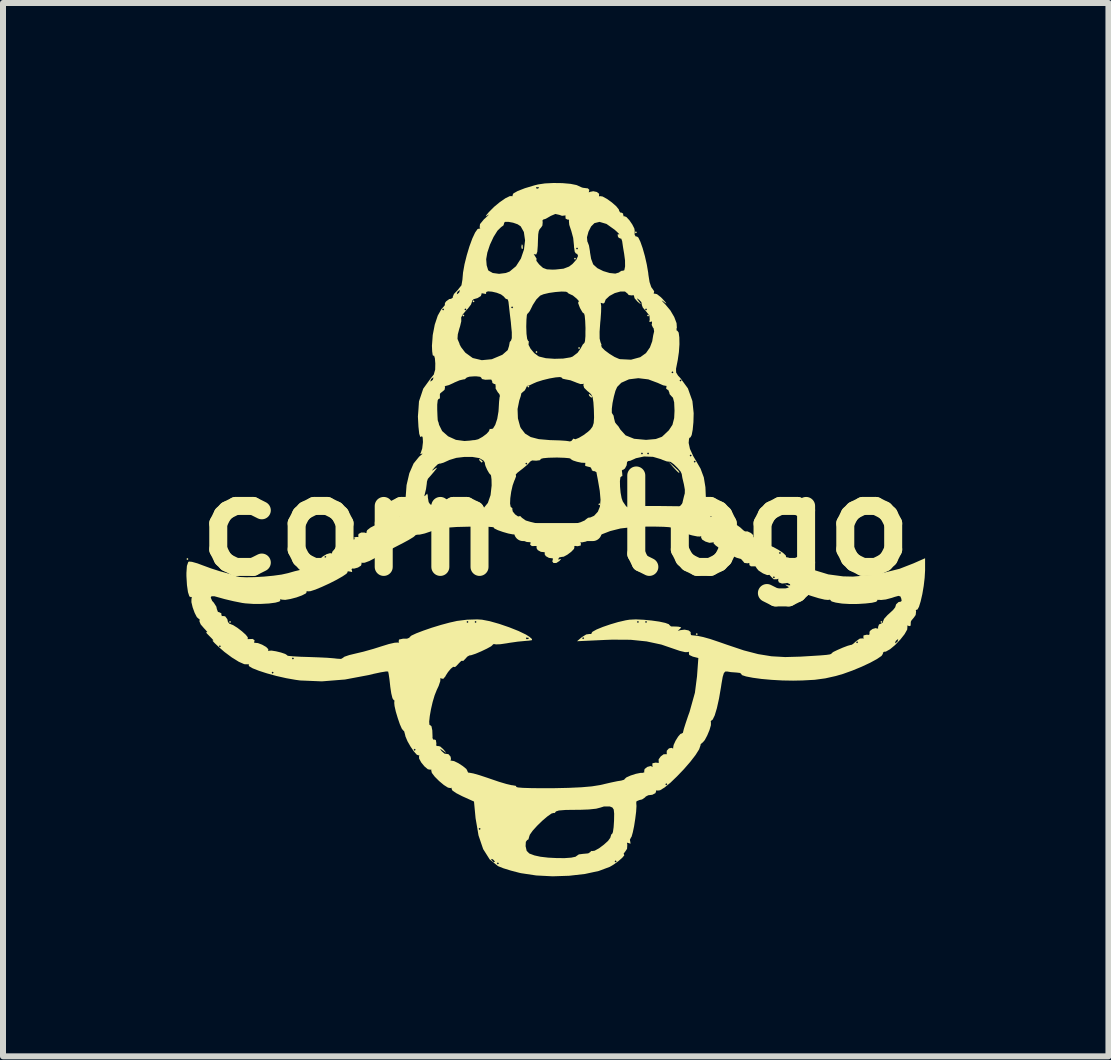
<source format=kicad_pcb>
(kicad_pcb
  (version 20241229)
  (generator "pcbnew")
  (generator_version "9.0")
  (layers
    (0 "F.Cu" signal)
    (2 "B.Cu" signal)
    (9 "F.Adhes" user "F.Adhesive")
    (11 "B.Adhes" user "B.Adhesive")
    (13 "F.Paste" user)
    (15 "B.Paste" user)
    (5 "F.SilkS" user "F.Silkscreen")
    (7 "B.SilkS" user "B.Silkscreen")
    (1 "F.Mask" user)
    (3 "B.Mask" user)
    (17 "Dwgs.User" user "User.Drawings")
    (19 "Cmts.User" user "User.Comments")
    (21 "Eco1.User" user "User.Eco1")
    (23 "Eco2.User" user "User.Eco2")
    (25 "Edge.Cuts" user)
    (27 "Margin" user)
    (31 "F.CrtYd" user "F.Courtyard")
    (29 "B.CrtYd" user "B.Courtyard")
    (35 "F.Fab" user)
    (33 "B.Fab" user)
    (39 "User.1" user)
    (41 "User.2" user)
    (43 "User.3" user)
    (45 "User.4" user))
  (footprint "corn-logo"
    (layer "F.Cu")
    (at 6.212 5.709)
    (property "Reference" "corn-logo" (at 0 0 0) (layer "F.SilkS") (effects (font (size 1.524 1.524) (thickness 0.3))))
    (attr board_only exclude_from_pos_files exclude_from_bom)
    (fp_poly (pts (xy -6.122 0.558) (xy -6.139 0.575) (xy -6.156 0.558) (xy -6.139 0.541)) (stroke (width 0) (type solid)) (fill yes) (layer "F.SilkS"))
    (fp_poly (pts (xy -5.411 1.607) (xy -5.428 1.623) (xy -5.445 1.607) (xy -5.428 1.59)) (stroke (width 0) (type solid)) (fill yes) (layer "F.SilkS"))
    (fp_poly (pts (xy -1.522 -3.501) (xy -1.539 -3.484) (xy -1.556 -3.501) (xy -1.539 -3.517)) (stroke (width 0) (type solid)) (fill yes) (layer "F.SilkS"))
    (fp_poly (pts (xy -1.353 -3.737) (xy -1.37 -3.72) (xy -1.387 -3.737) (xy -1.37 -3.754)) (stroke (width 0) (type solid)) (fill yes) (layer "F.SilkS"))
    (fp_poly (pts (xy -0.44 -2.317) (xy -0.457 -2.3) (xy -0.474 -2.317) (xy -0.457 -2.334)) (stroke (width 0) (type solid)) (fill yes) (layer "F.SilkS"))
    (fp_poly (pts (xy -0.304 -2.892) (xy -0.321 -2.875) (xy -0.338 -2.892) (xy -0.321 -2.909)) (stroke (width 0) (type solid)) (fill yes) (layer "F.SilkS"))
    (fp_poly (pts (xy 0.338 -4.448) (xy 0.321 -4.431) (xy 0.304 -4.448) (xy 0.321 -4.464)) (stroke (width 0) (type solid)) (fill yes) (layer "F.SilkS"))
    (fp_poly (pts (xy 0.406 -2.959) (xy 0.389 -2.942) (xy 0.372 -2.959) (xy 0.389 -2.976)) (stroke (width 0) (type solid)) (fill yes) (layer "F.SilkS"))
    (fp_poly (pts (xy 0.744 -0.355) (xy 0.727 -0.338) (xy 0.71 -0.355) (xy 0.727 -0.372)) (stroke (width 0) (type solid)) (fill yes) (layer "F.SilkS"))
    (fp_poly (pts (xy 1.353 -4.887) (xy 1.336 -4.87) (xy 1.319 -4.887) (xy 1.336 -4.904)) (stroke (width 0) (type solid)) (fill yes) (layer "F.SilkS"))
    (fp_poly (pts (xy 1.556 -3.501) (xy 1.539 -3.484) (xy 1.522 -3.501) (xy 1.539 -3.517)) (stroke (width 0) (type solid)) (fill yes) (layer "F.SilkS"))
    (fp_poly (pts (xy 2.368 1.809) (xy 2.351 1.826) (xy 2.334 1.809) (xy 2.351 1.793)) (stroke (width 0) (type solid)) (fill yes) (layer "F.SilkS"))
    (fp_poly (pts (xy 5.445 1.607) (xy 5.428 1.623) (xy 5.411 1.607) (xy 5.428 1.59)) (stroke (width 0) (type solid)) (fill yes) (layer "F.SilkS"))
    (fp_poly (pts (xy -0.552 -4.674) (xy -0.548 -4.621) (xy -0.555 -4.609) (xy -0.57 -4.619) (xy -0.572 -4.653) (xy -0.564 -4.689)) (stroke (width 0) (type solid)) (fill yes) (layer "F.SilkS"))
    (fp_poly (pts (xy -1.257 -1.102) (xy -1.221 -1.071) (xy -1.218 -1.063) (xy -1.234 -1.049) (xy -1.267 -1.081) (xy -1.272 -1.088) (xy -1.276 -1.111)) (stroke (width 0) (type solid)) (fill yes) (layer "F.SilkS"))
    (fp_poly (pts (xy 0.57 -2.185) (xy 0.606 -2.151) (xy 0.599 -2.131) (xy 0.594 -2.131) (xy 0.565 -2.155) (xy 0.555 -2.17) (xy 0.551 -2.193)) (stroke (width 0) (type solid)) (fill yes) (layer "F.SilkS"))
    (fp_poly (pts (xy 1.97 -0.983) (xy 2.041 -0.917) (xy 2.063 -0.885) (xy 2.052 -0.879) (xy 2.025 -0.902) (xy 1.972 -0.958) (xy 1.959 -0.972) (xy 1.877 -1.065)) (stroke (width 0) (type solid)) (fill yes) (layer "F.SilkS"))
    (fp_poly (pts (xy 0.111 -5.707) (xy 0.246 -5.695) (xy 0.346 -5.675) (xy 0.376 -5.662) (xy 0.437 -5.634) (xy 0.457 -5.629) (xy 0.521 -5.621) (xy 0.535 -5.62) (xy 0.561 -5.594) (xy 0.555 -5.575) (xy 0.551 -5.552) (xy 0.57 -5.561) (xy 0.626 -5.572) (xy 0.686 -5.559) (xy 0.724 -5.529) (xy 0.722 -5.505) (xy 0.721 -5.484) (xy 0.736 -5.491) (xy 0.781 -5.484) (xy 0.854 -5.444) (xy 0.936 -5.385) (xy 1.009 -5.321) (xy 1.052 -5.267) (xy 1.057 -5.247) (xy 1.074 -5.217) (xy 1.091 -5.217) (xy 1.123 -5.2) (xy 1.124 -5.181) (xy 1.133 -5.152) (xy 1.146 -5.155) (xy 1.179 -5.141) (xy 1.228 -5.088) (xy 1.276 -5.018) (xy 1.31 -4.951) (xy 1.316 -4.915) (xy 1.315 -4.846) (xy 1.336 -4.815) (xy 1.351 -4.819) (xy 1.377 -4.8) (xy 1.411 -4.73) (xy 1.449 -4.622) (xy 1.486 -4.491) (xy 1.518 -4.35) (xy 1.541 -4.215) (xy 1.545 -4.177) (xy 1.564 -4.058) (xy 1.592 -3.974) (xy 1.612 -3.947) (xy 1.641 -3.904) (xy 1.636 -3.882) (xy 1.634 -3.861) (xy 1.647 -3.866) (xy 1.688 -3.856) (xy 1.751 -3.807) (xy 1.779 -3.779) (xy 1.834 -3.717) (xy 1.844 -3.699) (xy 1.81 -3.722) (xy 1.793 -3.736) (xy 1.766 -3.752) (xy 1.786 -3.727) (xy 1.83 -3.682) (xy 1.911 -3.585) (xy 1.975 -3.476) (xy 2.014 -3.373) (xy 2.019 -3.296) (xy 2.013 -3.281) (xy 2.015 -3.25) (xy 2.027 -3.247) (xy 2.049 -3.216) (xy 2.06 -3.135) (xy 2.062 -3.021) (xy 2.053 -2.891) (xy 2.034 -2.76) (xy 2.025 -2.714) (xy 2.005 -2.613) (xy 2.007 -2.551) (xy 2.038 -2.5) (xy 2.077 -2.458) (xy 2.203 -2.286) (xy 2.278 -2.075) (xy 2.299 -1.873) (xy 2.295 -1.724) (xy 2.283 -1.598) (xy 2.266 -1.508) (xy 2.245 -1.468) (xy 2.237 -1.469) (xy 2.222 -1.449) (xy 2.216 -1.383) (xy 2.216 -1.375) (xy 2.237 -1.278) (xy 2.292 -1.157) (xy 2.326 -1.1) (xy 2.414 -0.948) (xy 2.468 -0.803) (xy 2.495 -0.639) (xy 2.503 -0.448) (xy 2.505 -0.318) (xy 2.515 -0.242) (xy 2.535 -0.209) (xy 2.556 -0.203) (xy 2.59 -0.185) (xy 2.584 -0.164) (xy 2.58 -0.141) (xy 2.599 -0.149) (xy 2.655 -0.161) (xy 2.716 -0.147) (xy 2.753 -0.118) (xy 2.752 -0.094) (xy 2.75 -0.073) (xy 2.765 -0.079) (xy 2.817 -0.089) (xy 2.87 -0.074) (xy 2.895 -0.045) (xy 2.892 -0.033) (xy 2.904 -0.019) (xy 2.939 -0.023) (xy 3.014 -0.012) (xy 3.075 0.031) (xy 3.127 0.079) (xy 3.154 0.097) (xy 3.198 0.098) (xy 3.253 0.124) (xy 3.291 0.159) (xy 3.293 0.177) (xy 3.291 0.197) (xy 3.308 0.19) (xy 3.359 0.189) (xy 3.423 0.218) (xy 3.478 0.262) (xy 3.498 0.305) (xy 3.495 0.313) (xy 3.495 0.333) (xy 3.511 0.325) (xy 3.554 0.329) (xy 3.628 0.359) (xy 3.712 0.405) (xy 3.788 0.455) (xy 3.834 0.498) (xy 3.839 0.518) (xy 3.838 0.529) (xy 3.842 0.527) (xy 3.879 0.535) (xy 3.959 0.569) (xy 4.064 0.623) (xy 4.074 0.628) (xy 4.314 0.744) (xy 4.543 0.814) (xy 4.789 0.847) (xy 4.953 0.851) (xy 5.342 0.818) (xy 5.73 0.721) (xy 5.961 0.631) (xy 6.156 0.545) (xy 6.156 0.748) (xy 6.149 0.87) (xy 6.133 1.007) (xy 6.11 1.143) (xy 6.082 1.264) (xy 6.054 1.355) (xy 6.028 1.401) (xy 6.018 1.402) (xy 6.001 1.409) (xy 6.006 1.431) (xy 5.999 1.491) (xy 5.97 1.533) (xy 5.928 1.583) (xy 5.918 1.605) (xy 5.915 1.669) (xy 5.891 1.677) (xy 5.88 1.671) (xy 5.856 1.667) (xy 5.862 1.682) (xy 5.858 1.733) (xy 5.814 1.811) (xy 5.743 1.901) (xy 5.658 1.99) (xy 5.573 2.061) (xy 5.502 2.101) (xy 5.471 2.104) (xy 5.452 2.122) (xy 5.454 2.136) (xy 5.43 2.173) (xy 5.354 2.225) (xy 5.24 2.287) (xy 5.099 2.353) (xy 4.944 2.417) (xy 4.788 2.473) (xy 4.667 2.508) (xy 4.493 2.547) (xy 4.316 2.571) (xy 4.11 2.582) (xy 3.957 2.585) (xy 3.78 2.582) (xy 3.601 2.572) (xy 3.432 2.557) (xy 3.285 2.537) (xy 3.172 2.515) (xy 3.104 2.493) (xy 3.092 2.474) (xy 3.073 2.457) (xy 3.015 2.45) (xy 2.92 2.443) (xy 2.86 2.433) (xy 2.827 2.433) (xy 2.803 2.458) (xy 2.783 2.522) (xy 2.763 2.636) (xy 2.755 2.689) (xy 2.722 2.882) (xy 2.686 3.044) (xy 2.65 3.164) (xy 2.616 3.234) (xy 2.597 3.247) (xy 2.582 3.268) (xy 2.587 3.28) (xy 2.586 3.328) (xy 2.563 3.408) (xy 2.525 3.499) (xy 2.484 3.576) (xy 2.449 3.617) (xy 2.443 3.619) (xy 2.415 3.646) (xy 2.413 3.664) (xy 2.39 3.73) (xy 2.33 3.825) (xy 2.242 3.939) (xy 2.136 4.061) (xy 2.022 4.18) (xy 1.912 4.286) (xy 1.814 4.366) (xy 1.739 4.412) (xy 1.704 4.417) (xy 1.67 4.415) (xy 1.673 4.429) (xy 1.662 4.46) (xy 1.61 4.487) (xy 1.543 4.495) (xy 1.543 4.495) (xy 1.5 4.517) (xy 1.489 4.531) (xy 1.439 4.565) (xy 1.396 4.575) (xy 1.347 4.595) (xy 1.342 4.62) (xy 1.346 4.675) (xy 1.34 4.772) (xy 1.325 4.89) (xy 1.306 5.012) (xy 1.284 5.116) (xy 1.264 5.186) (xy 1.253 5.202) (xy 1.236 5.237) (xy 1.242 5.267) (xy 1.247 5.303) (xy 1.218 5.293) (xy 1.187 5.285) (xy 1.193 5.32) (xy 1.189 5.387) (xy 1.163 5.427) (xy 1.132 5.468) (xy 1.136 5.479) (xy 1.143 5.496) (xy 1.108 5.538) (xy 1.044 5.594) (xy 0.966 5.65) (xy 0.902 5.688) (xy 0.718 5.757) (xy 0.487 5.807) (xy 0.224 5.837) (xy -0.052 5.846) (xy -0.325 5.832) (xy -0.578 5.794) (xy -0.609 5.787) (xy -0.747 5.751) (xy -0.873 5.712) (xy -0.96 5.677) (xy -0.964 5.675) (xy -1.018 5.631) (xy -0.981 5.631) (xy -0.964 5.648) (xy -0.947 5.631) (xy -0.964 5.614) (xy -0.981 5.631) (xy -1.018 5.631) (xy -1.101 5.564) (xy -1.106 5.556) (xy -1.077 5.556) (xy -1.069 5.575) (xy -1.035 5.612) (xy -1.015 5.604) (xy -1.015 5.599) (xy -1.016 5.597) (xy 0.981 5.597) (xy 0.998 5.614) (xy 1.015 5.597) (xy 0.998 5.581) (xy 0.981 5.597) (xy -1.016 5.597) (xy -1.039 5.571) (xy -1.054 5.56) (xy -1.077 5.556) (xy -1.106 5.556) (xy -1.209 5.393) (xy -1.226 5.344) (xy -0.502 5.344) (xy -0.501 5.349) (xy -0.484 5.422) (xy -0.44 5.466) (xy -0.355 5.498) (xy -0.254 5.52) (xy -0.125 5.535) (xy 0.015 5.542) (xy 0.148 5.543) (xy 0.259 5.535) (xy 0.33 5.52) (xy 0.346 5.508) (xy 0.385 5.481) (xy 0.462 5.471) (xy 0.467 5.471) (xy 0.541 5.464) (xy 0.575 5.443) (xy 0.575 5.441) (xy 0.595 5.422) (xy 0.605 5.426) (xy 0.649 5.419) (xy 0.722 5.379) (xy 0.802 5.319) (xy 0.872 5.256) (xy 0.91 5.203) (xy 0.913 5.191) (xy 0.927 5.146) (xy 0.939 5.141) (xy 0.953 5.11) (xy 0.965 5.029) (xy 0.972 4.921) (xy 0.974 4.802) (xy 0.967 4.734) (xy 0.945 4.7) (xy 0.904 4.683) (xy 0.898 4.682) (xy 0.804 4.682) (xy 0.744 4.701) (xy 0.675 4.719) (xy 0.553 4.732) (xy 0.396 4.738) (xy 0.335 4.738) (xy 0.166 4.74) (xy 0.053 4.749) (xy 0.003 4.765) (xy 0 4.771) (xy -0.019 4.793) (xy -0.029 4.789) (xy -0.069 4.799) (xy -0.139 4.848) (xy -0.225 4.921) (xy -0.311 5.005) (xy -0.385 5.087) (xy -0.431 5.152) (xy -0.44 5.178) (xy -0.455 5.231) (xy -0.476 5.242) (xy -0.498 5.272) (xy -0.502 5.344) (xy -1.226 5.344) (xy -1.287 5.164) (xy -1.305 5.056) (xy -1.285 5.056) (xy -1.268 5.073) (xy -1.251 5.056) (xy -1.268 5.039) (xy -1.285 5.056) (xy -1.305 5.056) (xy -1.336 4.877) (xy -1.339 4.845) (xy -1.362 4.6) (xy -1.559 4.511) (xy -1.66 4.459) (xy -1.723 4.415) (xy -1.736 4.387) (xy -1.736 4.369) (xy -1.753 4.376) (xy -1.796 4.368) (xy -1.865 4.324) (xy -1.944 4.258) (xy -2.016 4.186) (xy -2.065 4.122) (xy -2.074 4.083) (xy -2.075 4.064) (xy -2.089 4.07) (xy -2.131 4.062) (xy -2.188 4.014) (xy -2.242 3.948) (xy -2.277 3.883) (xy -2.278 3.844) (xy -2.273 3.823) (xy -2.284 3.831) (xy -2.315 3.82) (xy -2.364 3.765) (xy -2.383 3.737) (xy -2.368 3.737) (xy -2.351 3.754) (xy -2.334 3.737) (xy -2.351 3.72) (xy -2.368 3.737) (xy -2.383 3.737) (xy -2.419 3.685) (xy -2.47 3.596) (xy -2.504 3.516) (xy -2.512 3.48) (xy -2.527 3.427) (xy -2.541 3.416) (xy -2.565 3.386) (xy -2.598 3.311) (xy -2.633 3.209) (xy -2.665 3.102) (xy -2.686 3.009) (xy -2.692 2.951) (xy -2.689 2.943) (xy -2.69 2.911) (xy -2.701 2.909) (xy -2.721 2.878) (xy -2.741 2.797) (xy -2.758 2.683) (xy -2.758 2.68) (xy -2.771 2.563) (xy -2.784 2.474) (xy -2.793 2.433) (xy -2.828 2.432) (xy -2.914 2.446) (xy -3.036 2.472) (xy -3.118 2.492) (xy -3.511 2.566) (xy -3.898 2.597) (xy -4.26 2.582) (xy -4.333 2.572) (xy -4.492 2.544) (xy -4.656 2.507) (xy -4.812 2.464) (xy -4.85 2.452) (xy -4.735 2.452) (xy -4.718 2.469) (xy -4.701 2.452) (xy -4.718 2.435) (xy -4.735 2.452) (xy -4.85 2.452) (xy -4.948 2.42) (xy -5.052 2.379) (xy -5.111 2.344) (xy -5.118 2.324) (xy -5.118 2.306) (xy -5.135 2.313) (xy -5.19 2.311) (xy -5.281 2.271) (xy -5.371 2.215) (xy -4.397 2.215) (xy -4.38 2.232) (xy -4.363 2.215) (xy -4.38 2.198) (xy -4.397 2.215) (xy -5.371 2.215) (xy -5.396 2.2) (xy -5.521 2.107) (xy -5.614 2.026) (xy -5.629 2.012) (xy -5.614 2.012) (xy -5.597 2.029) (xy -5.581 2.012) (xy -5.597 1.995) (xy -5.614 2.012) (xy -5.629 2.012) (xy -5.685 1.959) (xy -5.72 1.92) (xy -5.715 1.916) (xy -5.704 1.914) (xy -5.737 1.877) (xy -5.765 1.849) (xy -5.816 1.797) (xy -5.828 1.775) (xy -5.817 1.778) (xy -5.806 1.775) (xy -5.839 1.736) (xy -5.861 1.713) (xy -5.917 1.648) (xy -5.938 1.598) (xy -5.936 1.589) (xy -5.937 1.558) (xy -5.948 1.556) (xy -5.981 1.527) (xy -6.018 1.455) (xy -6.051 1.364) (xy -6.072 1.277) (xy -6.071 1.219) (xy -6.069 1.215) (xy -6.066 1.2) (xy -5.75 1.2) (xy -5.726 1.256) (xy -5.699 1.285) (xy -5.656 1.352) (xy -5.648 1.391) (xy -5.63 1.439) (xy -5.606 1.446) (xy -5.573 1.463) (xy -5.573 1.482) (xy -5.564 1.511) (xy -5.55 1.507) (xy -5.509 1.513) (xy -5.473 1.561) (xy -5.463 1.607) (xy -5.436 1.639) (xy -5.427 1.64) (xy -5.378 1.659) (xy -5.306 1.704) (xy -5.229 1.763) (xy -5.165 1.821) (xy -5.132 1.863) (xy -5.133 1.875) (xy -5.134 1.894) (xy -5.124 1.893) (xy -5.052 1.89) (xy -5.019 1.911) (xy -5.023 1.929) (xy -5.026 1.955) (xy -5.017 1.954) (xy -4.963 1.959) (xy -4.892 1.986) (xy -4.826 2.024) (xy -4.791 2.06) (xy -4.791 2.072) (xy -4.792 2.092) (xy -4.78 2.087) (xy -4.737 2.084) (xy -4.662 2.096) (xy -4.579 2.116) (xy -4.509 2.14) (xy -4.476 2.161) (xy -4.477 2.166) (xy -4.452 2.173) (xy -4.372 2.18) (xy -4.25 2.187) (xy -4.115 2.191) (xy -3.952 2.197) (xy -3.806 2.204) (xy -3.695 2.213) (xy -3.644 2.219) (xy -3.578 2.223) (xy -3.551 2.208) (xy -3.521 2.186) (xy -3.442 2.159) (xy -3.347 2.136) (xy -3.204 2.102) (xy -3.037 2.055) (xy -2.901 2.012) (xy -2.781 1.975) (xy -2.685 1.953) (xy -2.631 1.95) (xy -2.627 1.951) (xy -2.61 1.95) (xy -2.618 1.933) (xy -2.612 1.9) (xy -2.542 1.885) (xy -2.477 1.885) (xy -2.443 1.871) (xy -0.496 1.871) (xy -0.491 1.892) (xy -0.474 1.894) (xy -0.446 1.882) (xy -0.451 1.871) (xy -0.491 1.867) (xy -0.496 1.871) (xy -2.443 1.871) (xy -2.438 1.869) (xy -2.435 1.86) (xy -2.405 1.834) (xy -2.323 1.796) (xy -2.205 1.751) (xy -2.063 1.702) (xy -1.912 1.656) (xy -1.767 1.617) (xy -1.721 1.607) (xy -1.488 1.607) (xy -1.471 1.623) (xy -1.454 1.607) (xy -1.353 1.607) (xy -1.336 1.623) (xy -1.319 1.607) (xy -1.336 1.59) (xy -1.353 1.607) (xy -1.454 1.607) (xy -1.471 1.59) (xy -1.488 1.607) (xy -1.721 1.607) (xy -1.646 1.59) (xy -1.477 1.569) (xy -1.308 1.564) (xy -1.229 1.569) (xy -1.1 1.594) (xy -0.941 1.639) (xy -0.775 1.696) (xy -0.619 1.758) (xy -0.495 1.818) (xy -0.437 1.855) (xy -0.395 1.892) (xy -0.397 1.911) (xy -0.453 1.919) (xy -0.507 1.923) (xy -0.632 1.935) (xy -0.773 1.955) (xy -0.819 1.963) (xy -0.922 1.978) (xy -0.997 1.981) (xy -1.018 1.976) (xy -1.047 1.979) (xy -1.048 1.987) (xy -1.077 2.013) (xy -1.148 2.052) (xy -1.24 2.096) (xy -1.334 2.136) (xy -1.409 2.161) (xy -1.439 2.165) (xy -1.474 2.185) (xy -1.507 2.222) (xy -1.543 2.258) (xy -1.555 2.254) (xy -1.574 2.256) (xy -1.618 2.299) (xy -1.622 2.305) (xy -1.668 2.352) (xy -1.69 2.359) (xy -1.69 2.358) (xy -1.708 2.354) (xy -1.749 2.387) (xy -1.795 2.442) (xy -1.832 2.499) (xy -1.838 2.513) (xy -1.874 2.555) (xy -1.902 2.55) (xy -1.928 2.542) (xy -1.922 2.551) (xy -1.924 2.593) (xy -1.951 2.673) (xy -1.983 2.741) (xy -2.018 2.829) (xy -2.051 2.94) (xy -2.079 3.061) (xy -2.099 3.175) (xy -2.109 3.267) (xy -2.105 3.321) (xy -2.091 3.328) (xy -2.071 3.345) (xy -2.057 3.413) (xy -2.053 3.518) (xy -2.054 3.542) (xy -2.038 3.57) (xy -2.025 3.566) (xy -1.998 3.575) (xy -1.989 3.63) (xy -1.992 3.664) (xy -1.977 3.677) (xy -1.967 3.673) (xy -1.926 3.682) (xy -1.873 3.729) (xy -1.831 3.78) (xy -1.834 3.785) (xy -1.877 3.754) (xy -1.923 3.721) (xy -1.921 3.733) (xy -1.899 3.762) (xy -1.852 3.802) (xy -1.826 3.805) (xy -1.787 3.811) (xy -1.752 3.852) (xy -1.745 3.896) (xy -1.751 3.904) (xy -1.752 3.92) (xy -1.742 3.918) (xy -1.694 3.926) (xy -1.622 3.961) (xy -1.547 4.01) (xy -1.489 4.058) (xy -1.471 4.092) (xy -1.472 4.093) (xy -1.46 4.117) (xy -1.43 4.121) (xy -1.372 4.132) (xy -1.27 4.161) (xy -1.14 4.204) (xy -1.082 4.224) (xy -0.944 4.271) (xy -0.823 4.307) (xy -0.737 4.327) (xy -0.717 4.329) (xy -0.663 4.339) (xy -0.656 4.357) (xy -0.629 4.365) (xy -0.545 4.372) (xy -0.414 4.376) (xy -0.246 4.378) (xy -0.057 4.378) (xy 0.215 4.372) (xy 0.431 4.362) (xy 0.602 4.347) (xy 0.74 4.325) (xy 0.795 4.313) (xy 0.796 4.312) (xy 1.826 4.312) (xy 1.843 4.329) (xy 1.86 4.312) (xy 1.843 4.295) (xy 1.826 4.312) (xy 0.796 4.312) (xy 0.921 4.283) (xy 1.026 4.261) (xy 1.09 4.251) (xy 1.091 4.251) (xy 1.141 4.236) (xy 1.15 4.223) (xy 1.179 4.197) (xy 1.249 4.166) (xy 1.336 4.138) (xy 1.414 4.122) (xy 1.449 4.122) (xy 1.478 4.112) (xy 1.474 4.096) (xy 1.481 4.058) (xy 1.526 4.023) (xy 1.581 4.008) (xy 1.607 4.018) (xy 1.619 4.017) (xy 1.61 3.999) (xy 1.612 3.962) (xy 1.667 3.951) (xy 1.708 3.956) (xy 1.723 3.946) (xy 1.716 3.937) (xy 1.715 3.897) (xy 1.75 3.848) (xy 1.799 3.812) (xy 1.836 3.811) (xy 1.855 3.81) (xy 1.849 3.797) (xy 1.851 3.753) (xy 1.887 3.714) (xy 1.932 3.705) (xy 1.942 3.712) (xy 1.959 3.714) (xy 1.957 3.703) (xy 1.965 3.657) (xy 1.997 3.587) (xy 2.04 3.518) (xy 2.079 3.473) (xy 2.098 3.467) (xy 2.12 3.454) (xy 2.123 3.44) (xy 2.135 3.391) (xy 2.165 3.296) (xy 2.207 3.171) (xy 2.23 3.108) (xy 2.32 2.786) (xy 2.355 2.512) (xy 2.377 2.208) (xy 2.286 2.185) (xy 2.225 2.157) (xy 2.219 2.125) (xy 2.222 2.102) (xy 2.206 2.109) (xy 2.156 2.11) (xy 2.068 2.089) (xy 2.006 2.068) (xy 1.761 1.984) (xy 1.514 1.931) (xy 1.248 1.904) (xy 0.942 1.902) (xy 0.831 1.906) (xy 0.355 1.928) (xy 0.415 1.877) (xy 0.44 1.877) (xy 0.457 1.894) (xy 0.474 1.877) (xy 0.457 1.86) (xy 0.44 1.877) (xy 0.415 1.877) (xy 0.437 1.859) (xy 0.508 1.815) (xy 0.565 1.807) (xy 0.565 1.808) (xy 0.597 1.808) (xy 0.594 1.796) (xy 0.613 1.77) (xy 0.682 1.732) (xy 0.787 1.689) (xy 0.913 1.646) (xy 1.045 1.607) (xy 1.047 1.607) (xy 1.353 1.607) (xy 1.37 1.623) (xy 1.387 1.607) (xy 1.488 1.607) (xy 1.505 1.623) (xy 1.522 1.607) (xy 1.505 1.59) (xy 1.488 1.607) (xy 1.387 1.607) (xy 1.37 1.59) (xy 1.353 1.607) (xy 1.047 1.607) (xy 1.168 1.579) (xy 1.231 1.569) (xy 1.335 1.564) (xy 1.463 1.57) (xy 1.599 1.583) (xy 1.726 1.601) (xy 1.827 1.623) (xy 1.886 1.645) (xy 1.894 1.657) (xy 1.921 1.681) (xy 1.936 1.682) (xy 2.005 1.683) (xy 2.046 1.686) (xy 2.091 1.696) (xy 2.074 1.72) (xy 2.063 1.729) (xy 2.034 1.753) (xy 2.064 1.748) (xy 2.076 1.744) (xy 2.148 1.735) (xy 2.214 1.748) (xy 2.25 1.776) (xy 2.248 1.795) (xy 2.255 1.825) (xy 2.273 1.829) (xy 2.361 1.838) (xy 2.457 1.858) (xy 2.575 1.891) (xy 2.732 1.944) (xy 2.858 1.988) (xy 3.135 2.081) (xy 3.374 2.143) (xy 3.596 2.179) (xy 3.824 2.192) (xy 4.076 2.185) (xy 4.077 2.185) (xy 4.276 2.173) (xy 4.417 2.164) (xy 4.511 2.156) (xy 4.566 2.148) (xy 4.592 2.139) (xy 4.6 2.129) (xy 4.6 2.127) (xy 4.628 2.106) (xy 4.697 2.073) (xy 4.784 2.035) (xy 4.866 2.004) (xy 4.92 1.989) (xy 4.929 1.989) (xy 4.956 1.973) (xy 4.987 1.945) (xy 5.006 1.945) (xy 5.023 1.962) (xy 5.025 1.959) (xy 5.656 1.959) (xy 5.661 1.962) (xy 5.692 1.938) (xy 5.699 1.928) (xy 5.708 1.896) (xy 5.703 1.894) (xy 5.672 1.918) (xy 5.665 1.928) (xy 5.656 1.959) (xy 5.025 1.959) (xy 5.039 1.945) (xy 5.023 1.928) (xy 5.006 1.945) (xy 4.987 1.945) (xy 5.007 1.927) (xy 5.068 1.884) (xy 5.114 1.881) (xy 5.135 1.884) (xy 5.127 1.865) (xy 5.13 1.831) (xy 5.185 1.819) (xy 5.219 1.823) (xy 5.233 1.807) (xy 5.227 1.795) (xy 5.235 1.758) (xy 5.28 1.724) (xy 5.334 1.709) (xy 5.359 1.718) (xy 5.374 1.714) (xy 5.372 1.693) (xy 5.388 1.648) (xy 5.411 1.64) (xy 5.452 1.617) (xy 5.455 1.599) (xy 5.473 1.555) (xy 5.53 1.492) (xy 5.556 1.469) (xy 5.622 1.408) (xy 5.657 1.364) (xy 5.66 1.356) (xy 5.673 1.313) (xy 5.714 1.275) (xy 5.75 1.269) (xy 5.765 1.256) (xy 5.76 1.22) (xy 5.745 1.182) (xy 5.713 1.172) (xy 5.647 1.19) (xy 5.603 1.205) (xy 5.502 1.232) (xy 5.421 1.241) (xy 5.403 1.239) (xy 5.361 1.238) (xy 5.36 1.25) (xy 5.341 1.27) (xy 5.271 1.287) (xy 5.164 1.299) (xy 5.036 1.307) (xy 4.903 1.308) (xy 4.78 1.301) (xy 4.769 1.3) (xy 4.666 1.284) (xy 4.599 1.265) (xy 4.584 1.25) (xy 4.571 1.235) (xy 4.539 1.24) (xy 4.483 1.235) (xy 4.382 1.211) (xy 4.255 1.172) (xy 4.119 1.125) (xy 3.994 1.077) (xy 3.897 1.032) (xy 3.868 1.016) (xy 3.826 0.987) (xy 3.841 0.987) (xy 3.866 0.995) (xy 3.908 0.997) (xy 3.905 0.978) (xy 3.859 0.956) (xy 3.835 0.961) (xy 3.771 0.967) (xy 3.719 0.947) (xy 3.706 0.911) (xy 3.709 0.904) (xy 3.71 0.885) (xy 3.687 0.896) (xy 3.632 0.895) (xy 3.598 0.862) (xy 3.619 0.862) (xy 3.636 0.879) (xy 3.653 0.862) (xy 3.636 0.846) (xy 3.619 0.862) (xy 3.598 0.862) (xy 3.597 0.861) (xy 3.562 0.822) (xy 3.551 0.823) (xy 3.525 0.826) (xy 3.462 0.801) (xy 3.45 0.795) (xy 3.381 0.75) (xy 3.349 0.712) (xy 3.348 0.709) (xy 3.329 0.68) (xy 3.323 0.68) (xy 3.253 0.68) (xy 3.225 0.657) (xy 3.23 0.643) (xy 3.224 0.624) (xy 3.198 0.63) (xy 3.144 0.623) (xy 3.127 0.601) (xy 3.088 0.557) (xy 3.068 0.552) (xy 3.013 0.536) (xy 2.928 0.496) (xy 2.857 0.457) (xy 3.72 0.457) (xy 3.737 0.474) (xy 3.754 0.457) (xy 3.737 0.44) (xy 3.72 0.457) (xy 2.857 0.457) (xy 2.831 0.442) (xy 2.738 0.384) (xy 2.665 0.332) (xy 2.63 0.296) (xy 2.63 0.288) (xy 2.631 0.275) (xy 2.615 0.282) (xy 2.562 0.288) (xy 2.495 0.267) (xy 2.44 0.233) (xy 2.422 0.197) (xy 2.425 0.193) (xy 2.423 0.175) (xy 2.407 0.183) (xy 2.361 0.182) (xy 2.273 0.164) (xy 2.164 0.133) (xy 2.057 0.096) (xy 1.97 0.061) (xy 1.928 0.034) (xy 1.889 0.027) (xy 1.797 0.021) (xy 1.665 0.018) (xy 1.506 0.018) (xy 1.505 0.018) (xy 1.27 0.027) (xy 1.079 0.049) (xy 0.908 0.092) (xy 0.735 0.159) (xy 0.586 0.231) (xy 0.498 0.268) (xy 0.436 0.281) (xy 0.422 0.278) (xy 0.411 0.278) (xy 0.419 0.296) (xy 0.417 0.333) (xy 0.363 0.345) (xy 0.321 0.339) (xy 0.306 0.349) (xy 0.312 0.357) (xy 0.305 0.389) (xy 0.258 0.438) (xy 0.194 0.486) (xy 0.133 0.519) (xy 0.099 0.523) (xy 0.06 0.531) (xy 0.048 0.546) (xy 0.044 0.57) (xy 0.071 0.559) (xy 0.091 0.555) (xy 0.062 0.591) (xy 0.01 0.624) (xy -0.038 0.624) (xy -0.058 0.596) (xy -0.049 0.572) (xy -0.048 0.546) (xy -0.057 0.546) (xy -0.113 0.539) (xy -0.165 0.51) (xy -0.186 0.476) (xy -0.183 0.469) (xy -0.184 0.444) (xy -0.192 0.444) (xy -0.248 0.438) (xy -0.3 0.409) (xy -0.321 0.374) (xy -0.319 0.368) (xy -0.319 0.342) (xy -0.327 0.341) (xy -0.398 0.342) (xy -0.427 0.319) (xy -0.422 0.304) (xy -0.419 0.277) (xy -0.429 0.278) (xy -0.482 0.274) (xy -0.554 0.246) (xy -0.619 0.208) (xy -0.654 0.172) (xy -0.654 0.16) (xy -0.654 0.14) (xy -0.667 0.146) (xy -0.711 0.148) (xy -0.789 0.133) (xy -0.88 0.107) (xy -0.965 0.077) (xy -1.023 0.049) (xy -1.034 0.031) (xy -1.059 0.025) (xy -1.139 0.02) (xy -1.263 0.018) (xy -1.419 0.019) (xy -1.447 0.019) (xy -1.651 0.024) (xy -1.806 0.035) (xy -1.928 0.054) (xy -2.036 0.083) (xy -2.076 0.096) (xy -2.183 0.132) (xy -2.266 0.151) (xy -2.301 0.152) (xy -2.336 0.158) (xy -2.339 0.165) (xy -2.373 0.193) (xy -2.452 0.241) (xy -2.561 0.3) (xy -2.591 0.315) (xy -2.736 0.39) (xy -2.887 0.471) (xy -3.007 0.539) (xy -3.106 0.591) (xy -3.185 0.62) (xy -3.221 0.621) (xy -3.241 0.62) (xy -3.235 0.635) (xy -3.245 0.668) (xy -3.296 0.7) (xy -3.36 0.718) (xy -3.393 0.716) (xy -3.404 0.731) (xy -3.396 0.749) (xy -3.393 0.775) (xy -3.429 0.767) (xy -3.468 0.762) (xy -3.468 0.775) (xy -3.487 0.803) (xy -3.554 0.848) (xy -3.654 0.905) (xy -3.772 0.965) (xy -3.894 1.021) (xy -4.004 1.067) (xy -4.088 1.094) (xy -4.13 1.097) (xy -4.155 1.091) (xy -4.149 1.106) (xy -4.166 1.132) (xy -4.23 1.165) (xy -4.321 1.198) (xy -4.42 1.224) (xy -4.508 1.239) (xy -4.564 1.235) (xy -4.567 1.234) (xy -4.595 1.226) (xy -4.588 1.243) (xy -4.604 1.266) (xy -4.672 1.285) (xy -4.778 1.299) (xy -4.907 1.306) (xy -5.044 1.306) (xy -5.173 1.297) (xy -5.225 1.29) (xy -5.37 1.261) (xy -5.518 1.226) (xy -5.589 1.206) (xy -5.687 1.179) (xy -5.736 1.178) (xy -5.75 1.2) (xy -6.066 1.2) (xy -6.063 1.189) (xy -6.078 1.195) (xy -6.106 1.181) (xy -6.129 1.11) (xy -6.146 0.993) (xy -6.155 0.842) (xy -6.155 0.789) (xy -6.147 0.673) (xy -6.125 0.609) (xy -6.113 0.6) (xy -6.062 0.605) (xy -5.97 0.631) (xy -5.882 0.664) (xy -5.743 0.715) (xy -5.597 0.762) (xy -5.526 0.781) (xy -5.424 0.809) (xy -5.348 0.834) (xy -5.327 0.844) (xy -5.269 0.857) (xy -5.161 0.862) (xy -5.019 0.86) (xy -4.862 0.851) (xy -4.706 0.836) (xy -4.568 0.817) (xy -4.465 0.794) (xy -4.464 0.794) (xy -4.352 0.762) (xy -4.26 0.74) (xy -4.222 0.733) (xy -4.18 0.72) (xy -4.179 0.707) (xy -4.162 0.681) (xy -4.104 0.648) (xy -4.03 0.619) (xy -3.964 0.603) (xy -3.94 0.604) (xy -3.925 0.598) (xy -3.932 0.589) (xy -3.927 0.556) (xy -3.892 0.524) (xy -3.856 0.524) (xy -3.839 0.541) (xy -3.822 0.524) (xy -3.839 0.507) (xy -3.856 0.524) (xy -3.892 0.524) (xy -3.881 0.514) (xy -3.818 0.477) (xy -3.76 0.46) (xy -3.739 0.464) (xy -3.722 0.466) (xy -3.729 0.456) (xy -3.717 0.426) (xy -3.661 0.376) (xy -3.578 0.317) (xy -3.483 0.259) (xy -3.408 0.22) (xy -3.382 0.22) (xy -3.365 0.237) (xy -3.348 0.22) (xy -3.365 0.203) (xy -3.382 0.22) (xy -3.408 0.22) (xy -3.395 0.213) (xy -3.329 0.19) (xy -3.307 0.191) (xy -3.286 0.192) (xy -3.292 0.178) (xy -3.287 0.141) (xy -3.242 0.116) (xy -3.186 0.117) (xy -3.171 0.123) (xy -3.15 0.125) (xy -3.156 0.112) (xy -3.143 0.078) (xy -3.089 0.035) (xy -3.016 -0.003) (xy -2.976 -0.016) (xy -2.939 -0.033) (xy -2.863 -0.071) (xy -2.814 -0.096) (xy -2.723 -0.136) (xy -2.655 -0.154) (xy -2.637 -0.151) (xy -2.607 -0.155) (xy -2.604 -0.167) (xy -2.577 -0.199) (xy -2.554 -0.203) (xy -2.527 -0.216) (xy -2.511 -0.264) (xy -2.504 -0.36) (xy -2.503 -0.455) (xy -2.5 -0.489) (xy -2.19 -0.489) (xy -2.177 -0.495) (xy -2.167 -0.507) (xy -2.142 -0.532) (xy -2.132 -0.499) (xy -2.131 -0.467) (xy -2.118 -0.391) (xy -2.092 -0.352) (xy -2.045 -0.343) (xy -1.945 -0.337) (xy -1.807 -0.334) (xy -1.65 -0.334) (xy -1.458 -0.334) (xy -1.332 -0.328) (xy -1.272 -0.315) (xy -1.268 -0.305) (xy -1.27 -0.275) (xy -1.231 -0.278) (xy -1.197 -0.296) (xy -1.14 -0.366) (xy -0.761 -0.366) (xy -0.751 -0.312) (xy -0.74 -0.304) (xy -0.72 -0.284) (xy -0.724 -0.275) (xy -0.716 -0.234) (xy -0.676 -0.185) (xy -0.627 -0.151) (xy -0.608 -0.155) (xy -0.591 -0.158) (xy -0.563 -0.129) (xy -0.499 -0.084) (xy -0.421 -0.061) (xy -0.333 -0.04) (xy -0.278 -0.01) (xy -0.212 0.015) (xy -0.179 0.01) (xy -0.142 0.005) (xy -0.149 0.028) (xy -0.142 0.054) (xy -0.078 0.066) (xy -0.019 0.068) (xy 0.073 0.063) (xy 0.128 0.05) (xy 0.135 0.042) (xy 0.165 0.02) (xy 0.242 -0.007) (xy 0.313 -0.026) (xy 0.414 -0.055) (xy 0.483 -0.085) (xy 0.502 -0.102) (xy 0.54 -0.13) (xy 0.578 -0.135) (xy 0.639 -0.162) (xy 0.7 -0.228) (xy 0.704 -0.235) (xy 0.737 -0.317) (xy 0.747 -0.428) (xy 0.734 -0.578) (xy 0.706 -0.741) (xy 1.07 -0.741) (xy 1.072 -0.649) (xy 1.081 -0.548) (xy 1.098 -0.457) (xy 1.118 -0.401) (xy 1.173 -0.321) (xy 1.222 -0.288) (xy 1.251 -0.303) (xy 1.289 -0.313) (xy 1.382 -0.321) (xy 1.515 -0.326) (xy 1.675 -0.326) (xy 1.684 -0.326) (xy 2.1 -0.321) (xy 2.118 -0.406) (xy 2.138 -0.489) (xy 2.151 -0.536) (xy 2.152 -0.598) (xy 2.136 -0.689) (xy 2.132 -0.705) (xy 2.111 -0.793) (xy 2.101 -0.852) (xy 2.101 -0.857) (xy 2.082 -0.9) (xy 2.031 -0.96) (xy 1.97 -1.02) (xy 1.916 -1.06) (xy 1.893 -1.065) (xy 1.885 -1.065) (xy 2.3 -1.065) (xy 2.317 -1.048) (xy 2.334 -1.065) (xy 2.317 -1.082) (xy 2.3 -1.065) (xy 1.885 -1.065) (xy 1.85 -1.069) (xy 1.774 -1.097) (xy 1.755 -1.106) (xy 1.622 -1.145) (xy 1.472 -1.151) (xy 1.337 -1.122) (xy 1.305 -1.107) (xy 1.241 -1.079) (xy 1.209 -1.075) (xy 1.189 -1.06) (xy 1.189 -1.057) (xy 1.182 -1.004) (xy 1.154 -0.951) (xy 1.122 -0.928) (xy 1.116 -0.93) (xy 1.102 -0.917) (xy 1.108 -0.874) (xy 1.111 -0.825) (xy 1.096 -0.82) (xy 1.078 -0.804) (xy 1.07 -0.741) (xy 0.706 -0.741) (xy 0.699 -0.78) (xy 0.696 -0.795) (xy 0.683 -0.862) (xy 0.679 -0.888) (xy 0.65 -0.906) (xy 0.634 -0.905) (xy 0.601 -0.921) (xy 0.6 -0.939) (xy 0.579 -0.972) (xy 0.539 -0.981) (xy 0.492 -0.994) (xy 0.491 -1.015) (xy 0.494 -1.044) (xy 0.484 -1.045) (xy 0.43 -1.047) (xy 0.355 -1.063) (xy 0.287 -1.085) (xy 0.251 -1.107) (xy 0.251 -1.112) (xy 0.226 -1.122) (xy 0.149 -1.129) (xy 0.035 -1.133) (xy 0 -1.133) (xy -0.121 -1.13) (xy -0.209 -1.122) (xy -0.248 -1.111) (xy -0.248 -1.108) (xy -0.264 -1.089) (xy -0.325 -1.081) (xy -0.394 -1.085) (xy -0.429 -1.064) (xy -0.438 -1.051) (xy -0.478 -1.009) (xy -0.55 -0.949) (xy -0.575 -0.93) (xy -0.64 -0.879) (xy -0.667 -0.849) (xy -0.665 -0.846) (xy -0.661 -0.82) (xy -0.685 -0.757) (xy -0.688 -0.753) (xy -0.718 -0.669) (xy -0.742 -0.564) (xy -0.757 -0.457) (xy -0.761 -0.366) (xy -1.14 -0.366) (xy -1.131 -0.377) (xy -1.086 -0.507) (xy -1.068 -0.668) (xy -1.07 -0.767) (xy -1.078 -0.832) (xy -1.085 -0.846) (xy -1.109 -0.871) (xy -1.142 -0.928) (xy -1.17 -0.991) (xy -1.181 -1.031) (xy -1.181 -1.032) (xy -0.507 -1.032) (xy -0.49 -1.015) (xy -0.474 -1.032) (xy -0.49 -1.048) (xy -0.507 -1.032) (xy -1.181 -1.032) (xy -1.178 -1.035) (xy -1.187 -1.059) (xy -1.207 -1.086) (xy -1.274 -1.124) (xy -1.386 -1.143) (xy -1.52 -1.144) (xy -1.656 -1.128) (xy -1.771 -1.093) (xy -1.786 -1.086) (xy -1.87 -1.048) (xy -1.925 -1.032) (xy -1.935 -1.033) (xy -1.965 -1.022) (xy -2.015 -0.973) (xy -2.058 -0.922) (xy -2.056 -0.916) (xy -2.012 -0.947) (xy -1.979 -0.966) (xy -1.99 -0.944) (xy -2.029 -0.896) (xy -2.088 -0.827) (xy -2.127 -0.783) (xy -2.131 -0.778) (xy -2.146 -0.734) (xy -2.15 -0.693) (xy -2.162 -0.607) (xy -2.178 -0.541) (xy -2.19 -0.489) (xy -2.5 -0.489) (xy -2.486 -0.674) (xy -2.44 -0.871) (xy -2.369 -1.034) (xy -2.278 -1.146) (xy -2.273 -1.151) (xy -2.254 -1.167) (xy 2.232 -1.167) (xy 2.249 -1.15) (xy 2.266 -1.167) (xy 2.249 -1.184) (xy 2.232 -1.167) (xy -2.254 -1.167) (xy -2.225 -1.191) (xy -2.222 -1.201) (xy 1.421 -1.201) (xy 1.437 -1.184) (xy 1.454 -1.201) (xy 1.522 -1.201) (xy 1.539 -1.184) (xy 1.556 -1.201) (xy 1.539 -1.218) (xy 1.522 -1.201) (xy 1.454 -1.201) (xy 1.437 -1.218) (xy 1.421 -1.201) (xy -2.222 -1.201) (xy -2.222 -1.201) (xy -2.229 -1.198) (xy -2.259 -1.19) (xy -2.246 -1.221) (xy -2.225 -1.285) (xy -2.214 -1.38) (xy -2.213 -1.395) (xy -2.217 -1.467) (xy -2.229 -1.49) (xy -2.234 -1.485) (xy -2.257 -1.476) (xy -2.275 -1.53) (xy -2.288 -1.649) (xy -2.297 -1.816) (xy -2.288 -1.934) (xy -1.975 -1.934) (xy -1.971 -1.83) (xy -1.967 -1.76) (xy -1.963 -1.742) (xy -1.952 -1.714) (xy -1.945 -1.68) (xy -1.893 -1.575) (xy -1.793 -1.487) (xy -1.663 -1.428) (xy -1.522 -1.409) (xy -1.519 -1.409) (xy -1.436 -1.415) (xy -1.389 -1.421) (xy -1.387 -1.422) (xy -1.345 -1.425) (xy -1.292 -1.438) (xy -1.22 -1.478) (xy -1.152 -1.529) (xy -1.112 -1.574) (xy -1.108 -1.588) (xy -1.098 -1.613) (xy -1.085 -1.608) (xy -1.046 -1.616) (xy -1.008 -1.678) (xy -0.975 -1.777) (xy -0.954 -1.901) (xy -0.951 -1.942) (xy -0.636 -1.942) (xy -0.63 -1.785) (xy -0.592 -1.646) (xy -0.579 -1.621) (xy -0.511 -1.533) (xy -0.417 -1.475) (xy -0.283 -1.44) (xy -0.098 -1.424) (xy -0.066 -1.423) (xy 0.066 -1.419) (xy 0.169 -1.412) (xy 0.227 -1.404) (xy 0.234 -1.401) (xy 0.262 -1.41) (xy 0.276 -1.428) (xy 0.3 -1.452) (xy 0.304 -1.445) (xy 0.328 -1.438) (xy 0.387 -1.462) (xy 0.463 -1.507) (xy 0.538 -1.563) (xy 0.576 -1.598) (xy 0.613 -1.648) (xy 0.633 -1.709) (xy 0.639 -1.801) (xy 0.636 -1.923) (xy 0.635 -1.947) (xy 0.935 -1.947) (xy 0.935 -1.879) (xy 0.946 -1.86) (xy 0.964 -1.832) (xy 0.972 -1.787) (xy 0.989 -1.72) (xy 1.008 -1.694) (xy 1.046 -1.651) (xy 1.077 -1.6) (xy 1.165 -1.503) (xy 1.307 -1.446) (xy 1.503 -1.428) (xy 1.508 -1.428) (xy 1.668 -1.442) (xy 1.767 -1.478) (xy 1.778 -1.486) (xy 1.885 -1.587) (xy 1.946 -1.68) (xy 1.974 -1.791) (xy 1.98 -1.913) (xy 1.974 -2.053) (xy 1.954 -2.13) (xy 1.938 -2.146) (xy 1.898 -2.19) (xy 1.894 -2.214) (xy 1.875 -2.26) (xy 1.858 -2.266) (xy 1.838 -2.287) (xy 1.844 -2.301) (xy 1.847 -2.328) (xy 1.837 -2.328) (xy 1.791 -2.337) (xy 1.716 -2.37) (xy 1.707 -2.375) (xy 1.591 -2.418) (xy 2.063 -2.418) (xy 2.08 -2.401) (xy 2.097 -2.418) (xy 2.08 -2.435) (xy 2.063 -2.418) (xy 1.591 -2.418) (xy 1.544 -2.436) (xy 1.377 -2.456) (xy 1.221 -2.437) (xy 1.093 -2.38) (xy 1.024 -2.31) (xy 0.995 -2.245) (xy 0.969 -2.149) (xy 0.947 -2.043) (xy 0.935 -1.947) (xy 0.635 -1.947) (xy 0.628 -2.054) (xy 0.615 -2.137) (xy 0.589 -2.189) (xy 0.545 -2.229) (xy 0.532 -2.238) (xy 0.474 -2.295) (xy 0.46 -2.342) (xy 0.462 -2.345) (xy 0.468 -2.367) (xy 0.458 -2.36) (xy 0.412 -2.358) (xy 0.339 -2.384) (xy 0.336 -2.386) (xy 0.245 -2.421) (xy 0.171 -2.435) (xy 0.115 -2.447) (xy 0.101 -2.465) (xy 0.072 -2.475) (xy -0.003 -2.469) (xy -0.105 -2.451) (xy -0.215 -2.424) (xy -0.314 -2.393) (xy -0.372 -2.368) (xy -0.439 -2.336) (xy -0.474 -2.328) (xy -0.49 -2.308) (xy -0.49 -2.299) (xy -0.516 -2.252) (xy -0.536 -2.236) (xy -0.573 -2.204) (xy -0.575 -2.195) (xy -0.583 -2.157) (xy -0.607 -2.085) (xy -0.608 -2.081) (xy -0.636 -1.942) (xy -0.951 -1.942) (xy -0.95 -1.961) (xy -0.944 -2.065) (xy -0.936 -2.138) (xy -0.93 -2.159) (xy -0.939 -2.19) (xy -0.967 -2.224) (xy -1.002 -2.284) (xy -1.001 -2.321) (xy -1.006 -2.357) (xy -1.024 -2.359) (xy -1.056 -2.376) (xy -1.056 -2.394) (xy -1.072 -2.431) (xy -1.09 -2.433) (xy -1.175 -2.43) (xy -1.23 -2.442) (xy -1.239 -2.462) (xy -1.258 -2.479) (xy -1.325 -2.487) (xy -1.355 -2.487) (xy -1.439 -2.481) (xy -1.485 -2.466) (xy -1.488 -2.461) (xy -1.516 -2.438) (xy -1.541 -2.435) (xy -1.604 -2.42) (xy -1.691 -2.383) (xy -1.701 -2.377) (xy -1.78 -2.341) (xy -1.833 -2.327) (xy -1.837 -2.328) (xy -1.851 -2.314) (xy -1.845 -2.303) (xy -1.853 -2.262) (xy -1.879 -2.24) (xy -1.924 -2.204) (xy -1.931 -2.187) (xy -1.93 -2.119) (xy -1.954 -2.109) (xy -1.954 -2.109) (xy -1.967 -2.088) (xy -1.975 -2.016) (xy -1.975 -1.934) (xy -2.288 -1.934) (xy -2.279 -2.069) (xy -2.208 -2.281) (xy -2.119 -2.404) (xy -2.089 -2.404) (xy -2.084 -2.401) (xy -2.053 -2.425) (xy -2.046 -2.435) (xy -2.038 -2.467) (xy -2.042 -2.469) (xy -2.073 -2.445) (xy -2.08 -2.435) (xy -2.089 -2.404) (xy -2.119 -2.404) (xy -2.086 -2.45) (xy -2.032 -2.517) (xy -2.022 -2.554) (xy 1.928 -2.554) (xy 1.945 -2.537) (xy 1.962 -2.554) (xy 1.945 -2.57) (xy 1.928 -2.554) (xy -2.022 -2.554) (xy -2.009 -2.598) (xy -2.007 -2.701) (xy -2.014 -2.788) (xy -2.027 -2.831) (xy -2.037 -2.829) (xy -2.05 -2.839) (xy -2.059 -2.902) (xy -2.063 -2.996) (xy -2.054 -3.115) (xy -1.637 -3.115) (xy -1.633 -3.1) (xy -1.605 -3.035) (xy -1.603 -3.022) (xy -1.578 -2.974) (xy -1.523 -2.902) (xy -1.505 -2.88) (xy -1.383 -2.792) (xy -1.232 -2.756) (xy -1.065 -2.772) (xy -0.896 -2.843) (xy -0.888 -2.847) (xy -0.8 -2.924) (xy -0.778 -2.993) (xy -0.766 -3.059) (xy -0.745 -3.083) (xy -0.732 -3.123) (xy -0.732 -3.222) (xy -0.741 -3.311) (xy -0.491 -3.311) (xy -0.487 -3.195) (xy -0.476 -3.112) (xy -0.461 -3.078) (xy -0.46 -3.078) (xy -0.445 -3.062) (xy -0.45 -3.056) (xy -0.453 -3.012) (xy -0.418 -2.945) (xy -0.359 -2.875) (xy -0.291 -2.824) (xy -0.275 -2.816) (xy -0.164 -2.789) (xy -0.021 -2.779) (xy 0.125 -2.783) (xy 0.246 -2.803) (xy 0.281 -2.816) (xy 0.364 -2.879) (xy 0.415 -2.951) (xy 0.451 -3.017) (xy 0.478 -3.044) (xy 0.488 -3.075) (xy 0.495 -3.157) (xy 0.495 -3.229) (xy 0.731 -3.229) (xy 0.732 -3.117) (xy 0.745 -3.06) (xy 0.745 -3.059) (xy 0.763 -3.014) (xy 0.758 -3.002) (xy 0.768 -2.97) (xy 0.819 -2.919) (xy 0.896 -2.862) (xy 0.98 -2.81) (xy 1.056 -2.777) (xy 1.072 -2.773) (xy 1.255 -2.764) (xy 1.409 -2.806) (xy 1.504 -2.874) (xy 1.57 -2.968) (xy 1.609 -3.073) (xy 1.61 -3.082) (xy 1.625 -3.172) (xy 1.64 -3.235) (xy 1.64 -3.237) (xy 1.631 -3.289) (xy 1.62 -3.3) (xy 1.599 -3.345) (xy 1.604 -3.37) (xy 1.605 -3.402) (xy 1.583 -3.395) (xy 1.559 -3.394) (xy 1.567 -3.431) (xy 1.562 -3.5) (xy 1.504 -3.572) (xy 1.478 -3.602) (xy 1.488 -3.602) (xy 1.505 -3.585) (xy 1.522 -3.602) (xy 1.505 -3.619) (xy 1.488 -3.602) (xy 1.478 -3.602) (xy 1.451 -3.634) (xy 1.434 -3.679) (xy 1.435 -3.683) (xy 1.427 -3.724) (xy 1.395 -3.759) (xy 1.356 -3.787) (xy 1.361 -3.771) (xy 1.386 -3.737) (xy 1.418 -3.692) (xy 1.41 -3.693) (xy 1.362 -3.733) (xy 1.314 -3.788) (xy 1.305 -3.826) (xy 1.296 -3.841) (xy 1.27 -3.835) (xy 1.216 -3.842) (xy 1.199 -3.864) (xy 1.155 -3.9) (xy 1.077 -3.9) (xy 0.984 -3.874) (xy 0.897 -3.827) (xy 0.833 -3.768) (xy 0.812 -3.712) (xy 0.79 -3.699) (xy 0.773 -3.707) (xy 0.748 -3.712) (xy 0.752 -3.7) (xy 0.758 -3.655) (xy 0.756 -3.559) (xy 0.747 -3.432) (xy 0.742 -3.384) (xy 0.731 -3.229) (xy 0.495 -3.229) (xy 0.496 -3.273) (xy 0.496 -3.294) (xy 0.491 -3.412) (xy 0.483 -3.497) (xy 0.473 -3.533) (xy 0.471 -3.533) (xy 0.447 -3.552) (xy 0.41 -3.616) (xy 0.4 -3.637) (xy 0.374 -3.707) (xy 0.378 -3.734) (xy 0.385 -3.732) (xy 0.391 -3.736) (xy 0.355 -3.776) (xy 0.348 -3.783) (xy 0.285 -3.835) (xy 0.238 -3.856) (xy 0.204 -3.874) (xy 0.203 -3.881) (xy 0.173 -3.897) (xy 0.098 -3.9) (xy -0.004 -3.892) (xy -0.111 -3.877) (xy -0.204 -3.855) (xy -0.259 -3.832) (xy -0.323 -3.768) (xy -0.383 -3.675) (xy -0.394 -3.651) (xy -0.433 -3.574) (xy -0.464 -3.534) (xy -0.471 -3.533) (xy -0.481 -3.508) (xy -0.488 -3.432) (xy -0.491 -3.32) (xy -0.491 -3.311) (xy -0.741 -3.311) (xy -0.747 -3.377) (xy -0.747 -3.382) (xy -0.764 -3.521) (xy -0.777 -3.636) (xy -0.744 -3.636) (xy -0.727 -3.619) (xy -0.71 -3.636) (xy -0.727 -3.653) (xy -0.744 -3.636) (xy -0.777 -3.636) (xy -0.777 -3.638) (xy -0.786 -3.715) (xy -0.787 -3.727) (xy -0.799 -3.769) (xy -0.807 -3.77) (xy -0.835 -3.781) (xy -0.867 -3.818) (xy -0.912 -3.852) (xy -0.984 -3.88) (xy -1.062 -3.898) (xy -1.128 -3.903) (xy -1.161 -3.891) (xy -1.158 -3.876) (xy -1.166 -3.859) (xy -1.197 -3.866) (xy -1.236 -3.872) (xy -1.236 -3.859) (xy -1.248 -3.825) (xy -1.303 -3.791) (xy -1.37 -3.772) (xy -1.396 -3.743) (xy -1.396 -3.729) (xy -1.413 -3.683) (xy -1.465 -3.614) (xy -1.491 -3.587) (xy -1.55 -3.518) (xy -1.576 -3.466) (xy -1.575 -3.454) (xy -1.574 -3.406) (xy -1.594 -3.321) (xy -1.607 -3.281) (xy -1.632 -3.186) (xy -1.637 -3.115) (xy -2.054 -3.115) (xy -2.05 -3.174) (xy -2.016 -3.349) (xy -1.966 -3.499) (xy -1.908 -3.602) (xy -1.894 -3.602) (xy -1.877 -3.585) (xy -1.86 -3.602) (xy -1.522 -3.602) (xy -1.505 -3.585) (xy -1.488 -3.602) (xy -1.505 -3.619) (xy -1.522 -3.602) (xy -1.86 -3.602) (xy -1.877 -3.619) (xy -1.894 -3.602) (xy -1.908 -3.602) (xy -1.905 -3.607) (xy -1.892 -3.621) (xy -1.851 -3.668) (xy -1.847 -3.687) (xy -1.847 -3.707) (xy -1.827 -3.736) (xy -1.774 -3.775) (xy -1.747 -3.778) (xy -1.716 -3.796) (xy -1.716 -3.811) (xy -1.697 -3.858) (xy -1.649 -3.858) (xy -1.644 -3.856) (xy -1.613 -3.879) (xy -1.607 -3.889) (xy -1.598 -3.921) (xy -1.603 -3.923) (xy -1.633 -3.899) (xy -1.64 -3.889) (xy -1.649 -3.858) (xy -1.697 -3.858) (xy -1.697 -3.859) (xy -1.642 -3.916) (xy -1.64 -3.918) (xy -1.571 -4.004) (xy -1.555 -4.097) (xy -1.545 -4.215) (xy -1.52 -4.356) (xy -1.499 -4.439) (xy -1.159 -4.439) (xy -1.151 -4.338) (xy -1.127 -4.259) (xy -1.119 -4.248) (xy -1.049 -4.209) (xy -0.944 -4.195) (xy -0.832 -4.209) (xy -0.769 -4.233) (xy -0.662 -4.322) (xy -0.58 -4.45) (xy -0.555 -4.524) (xy -0.367 -4.524) (xy -0.343 -4.488) (xy -0.317 -4.443) (xy -0.323 -4.431) (xy -0.321 -4.41) (xy -0.281 -4.358) (xy -0.269 -4.345) (xy -0.212 -4.294) (xy -0.147 -4.27) (xy -0.05 -4.265) (xy -0.001 -4.267) (xy 0.13 -4.281) (xy 0.222 -4.316) (xy 0.279 -4.359) (xy 0.344 -4.432) (xy 0.372 -4.494) (xy 0.357 -4.529) (xy 0.338 -4.532) (xy 0.317 -4.562) (xy 0.309 -4.617) (xy 0.338 -4.617) (xy 0.355 -4.6) (xy 0.372 -4.617) (xy 0.355 -4.634) (xy 0.338 -4.617) (xy 0.309 -4.617) (xy 0.305 -4.637) (xy 0.304 -4.668) (xy 0.291 -4.794) (xy 0.288 -4.805) (xy 0.521 -4.805) (xy 0.527 -4.734) (xy 0.532 -4.725) (xy 0.554 -4.667) (xy 0.57 -4.573) (xy 0.572 -4.55) (xy 0.59 -4.445) (xy 0.622 -4.359) (xy 0.628 -4.349) (xy 0.695 -4.289) (xy 0.792 -4.241) (xy 0.898 -4.209) (xy 0.993 -4.199) (xy 1.057 -4.218) (xy 1.066 -4.228) (xy 1.105 -4.249) (xy 1.116 -4.245) (xy 1.143 -4.255) (xy 1.156 -4.318) (xy 1.155 -4.419) (xy 1.14 -4.532) (xy 1.122 -4.638) (xy 1.11 -4.721) (xy 1.107 -4.741) (xy 1.092 -4.782) (xy 1.079 -4.783) (xy 1.049 -4.797) (xy 1.035 -4.822) (xy 1.033 -4.857) (xy 1.057 -4.851) (xy 1.06 -4.856) (xy 1.02 -4.896) (xy 0.981 -4.931) (xy 0.846 -5.027) (xy 0.73 -5.061) (xy 0.645 -5.04) (xy 0.59 -4.985) (xy 0.546 -4.898) (xy 0.521 -4.805) (xy 0.288 -4.805) (xy 0.258 -4.916) (xy 0.254 -4.926) (xy 0.226 -5.011) (xy 0.22 -5.07) (xy 0.223 -5.078) (xy 0.216 -5.1) (xy 0.197 -5.099) (xy 0.164 -5.116) (xy 0.163 -5.141) (xy 0.161 -5.173) (xy 0.151 -5.167) (xy 0.105 -5.162) (xy 0.061 -5.178) (xy -0.006 -5.193) (xy -0.084 -5.16) (xy -0.095 -5.153) (xy -0.165 -5.113) (xy -0.209 -5.099) (xy -0.21 -5.099) (xy -0.222 -5.081) (xy -0.217 -5.06) (xy -0.222 -5) (xy -0.243 -4.968) (xy -0.268 -4.939) (xy -0.283 -4.906) (xy -0.292 -4.852) (xy -0.296 -4.759) (xy -0.299 -4.665) (xy -0.307 -4.563) (xy -0.324 -4.518) (xy -0.347 -4.52) (xy -0.367 -4.524) (xy -0.555 -4.524) (xy -0.529 -4.6) (xy -0.511 -4.753) (xy -0.531 -4.892) (xy -0.584 -4.987) (xy -0.635 -5.021) (xy -0.709 -5.047) (xy -0.785 -5.061) (xy -0.843 -5.061) (xy -0.863 -5.043) (xy -0.86 -5.035) (xy -0.872 -5.001) (xy -0.91 -4.974) (xy -0.971 -4.914) (xy -1.036 -4.81) (xy -1.096 -4.681) (xy -1.14 -4.549) (xy -1.159 -4.439) (xy -1.499 -4.439) (xy -1.482 -4.507) (xy -1.438 -4.653) (xy -1.39 -4.784) (xy -1.343 -4.884) (xy -1.302 -4.942) (xy -1.276 -4.949) (xy -1.257 -4.949) (xy -1.268 -4.971) (xy -1.262 -5.024) (xy -1.197 -5.103) (xy -1.178 -5.12) (xy -1.125 -5.17) (xy -1.114 -5.186) (xy -1.131 -5.175) (xy -1.167 -5.153) (xy -1.157 -5.173) (xy -1.116 -5.222) (xy -1.029 -5.31) (xy -0.931 -5.391) (xy -0.838 -5.455) (xy -0.766 -5.49) (xy -0.735 -5.49) (xy -0.715 -5.49) (xy -0.721 -5.503) (xy -0.706 -5.535) (xy -0.633 -5.576) (xy -0.514 -5.622) (xy -0.464 -5.637) (xy -0.327 -5.637) (xy -0.322 -5.617) (xy -0.304 -5.614) (xy -0.277 -5.627) (xy -0.282 -5.637) (xy -0.322 -5.641) (xy -0.327 -5.637) (xy -0.464 -5.637) (xy -0.358 -5.669) (xy -0.294 -5.685) (xy -0.18 -5.702) (xy -0.038 -5.709)) (stroke (width 0) (type solid)) (fill yes) (layer "F.SilkS")))
  (gr_rect
    (start -3 -3)
    (end 15.424 14.555)
    (stroke (width 0.1) (type default))
    (fill no)
    (layer "Edge.Cuts")))
</source>
